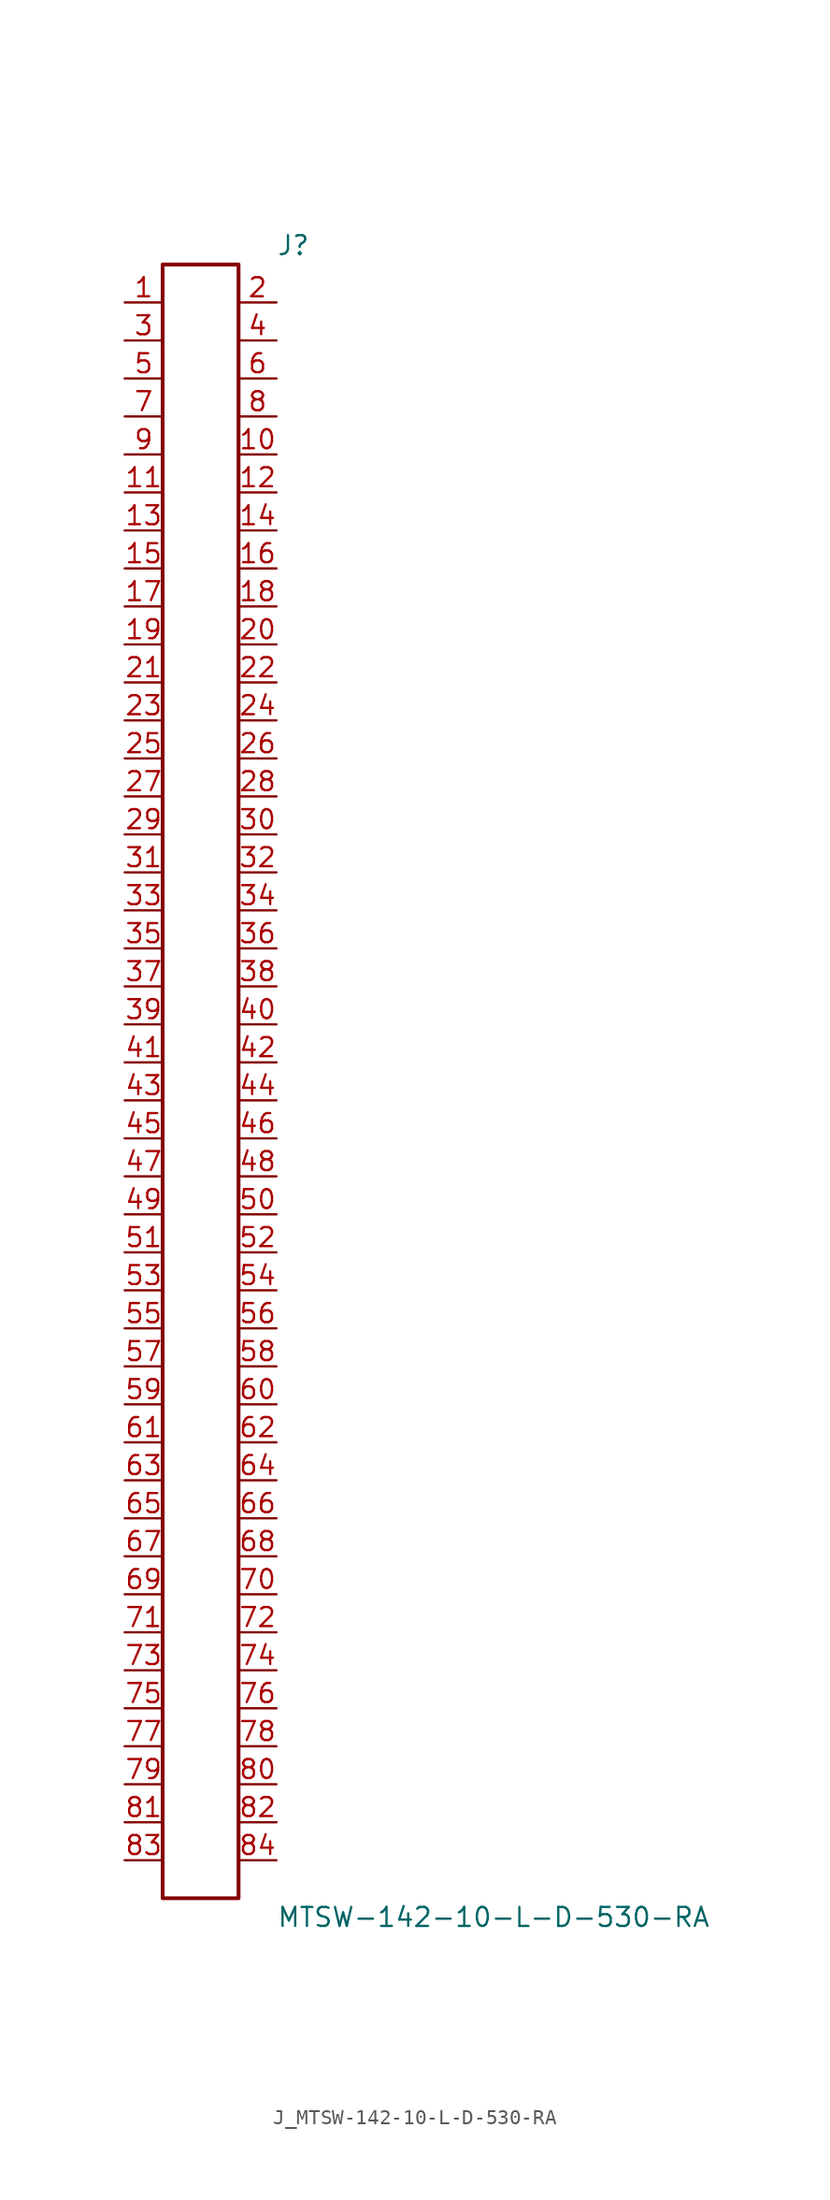
<source format=kicad_sym>
(kicad_symbol_lib
  (version 20231120)
  (generator kicad_symbol_editor)
  (generator_version 8.0)
  (symbol "J_MTSW-142-10-L-D-530-RA"
    (pin_names
      (offset 0.254))
    (property "Reference" "J"
      (at 5.08 55.88 0)
      (effects (font (size 1.27 1.27)) (justify left)))
    (property "Value" "MTSW-142-10-L-D-530-RA"
      (at 5.08 -55.88 0)
      (effects (font (size 1.27 1.27)) (justify left)))
    (symbol "J_MTSW-142-10-L-D-530-RA_0_0"
      (pin passive line (at -5.08 52.07 0) (length 2.54) (name "" (effects (font (size 1.27 1.27)))) (number "1" (effects (font (size 1.27 1.27)))))
      (pin passive line (at 5.08 52.07 180) (length 2.54) (name "" (effects (font (size 1.27 1.27)))) (number "2" (effects (font (size 1.27 1.27)))))
      (pin passive line (at -5.08 49.53 0) (length 2.54) (name "" (effects (font (size 1.27 1.27)))) (number "3" (effects (font (size 1.27 1.27)))))
      (pin passive line (at 5.08 49.53 180) (length 2.54) (name "" (effects (font (size 1.27 1.27)))) (number "4" (effects (font (size 1.27 1.27)))))
      (pin passive line (at -5.08 46.99 0) (length 2.54) (name "" (effects (font (size 1.27 1.27)))) (number "5" (effects (font (size 1.27 1.27)))))
      (pin passive line (at 5.08 46.99 180) (length 2.54) (name "" (effects (font (size 1.27 1.27)))) (number "6" (effects (font (size 1.27 1.27)))))
      (pin passive line (at -5.08 44.45 0) (length 2.54) (name "" (effects (font (size 1.27 1.27)))) (number "7" (effects (font (size 1.27 1.27)))))
      (pin passive line (at 5.08 44.45 180) (length 2.54) (name "" (effects (font (size 1.27 1.27)))) (number "8" (effects (font (size 1.27 1.27)))))
      (pin passive line (at -5.08 41.91 0) (length 2.54) (name "" (effects (font (size 1.27 1.27)))) (number "9" (effects (font (size 1.27 1.27)))))
      (pin passive line (at 5.08 41.91 180) (length 2.54) (name "" (effects (font (size 1.27 1.27)))) (number "10" (effects (font (size 1.27 1.27)))))
      (pin passive line (at -5.08 39.37 0) (length 2.54) (name "" (effects (font (size 1.27 1.27)))) (number "11" (effects (font (size 1.27 1.27)))))
      (pin passive line (at 5.08 39.37 180) (length 2.54) (name "" (effects (font (size 1.27 1.27)))) (number "12" (effects (font (size 1.27 1.27)))))
      (pin passive line (at -5.08 36.83 0) (length 2.54) (name "" (effects (font (size 1.27 1.27)))) (number "13" (effects (font (size 1.27 1.27)))))
      (pin passive line (at 5.08 36.83 180) (length 2.54) (name "" (effects (font (size 1.27 1.27)))) (number "14" (effects (font (size 1.27 1.27)))))
      (pin passive line (at -5.08 34.29 0) (length 2.54) (name "" (effects (font (size 1.27 1.27)))) (number "15" (effects (font (size 1.27 1.27)))))
      (pin passive line (at 5.08 34.29 180) (length 2.54) (name "" (effects (font (size 1.27 1.27)))) (number "16" (effects (font (size 1.27 1.27)))))
      (pin passive line (at -5.08 31.75 0) (length 2.54) (name "" (effects (font (size 1.27 1.27)))) (number "17" (effects (font (size 1.27 1.27)))))
      (pin passive line (at 5.08 31.75 180) (length 2.54) (name "" (effects (font (size 1.27 1.27)))) (number "18" (effects (font (size 1.27 1.27)))))
      (pin passive line (at -5.08 29.21 0) (length 2.54) (name "" (effects (font (size 1.27 1.27)))) (number "19" (effects (font (size 1.27 1.27)))))
      (pin passive line (at 5.08 29.21 180) (length 2.54) (name "" (effects (font (size 1.27 1.27)))) (number "20" (effects (font (size 1.27 1.27)))))
      (pin passive line (at -5.08 26.67 0) (length 2.54) (name "" (effects (font (size 1.27 1.27)))) (number "21" (effects (font (size 1.27 1.27)))))
      (pin passive line (at 5.08 26.67 180) (length 2.54) (name "" (effects (font (size 1.27 1.27)))) (number "22" (effects (font (size 1.27 1.27)))))
      (pin passive line (at -5.08 24.13 0) (length 2.54) (name "" (effects (font (size 1.27 1.27)))) (number "23" (effects (font (size 1.27 1.27)))))
      (pin passive line (at 5.08 24.13 180) (length 2.54) (name "" (effects (font (size 1.27 1.27)))) (number "24" (effects (font (size 1.27 1.27)))))
      (pin passive line (at -5.08 21.59 0) (length 2.54) (name "" (effects (font (size 1.27 1.27)))) (number "25" (effects (font (size 1.27 1.27)))))
      (pin passive line (at 5.08 21.59 180) (length 2.54) (name "" (effects (font (size 1.27 1.27)))) (number "26" (effects (font (size 1.27 1.27)))))
      (pin passive line (at -5.08 19.05 0) (length 2.54) (name "" (effects (font (size 1.27 1.27)))) (number "27" (effects (font (size 1.27 1.27)))))
      (pin passive line (at 5.08 19.05 180) (length 2.54) (name "" (effects (font (size 1.27 1.27)))) (number "28" (effects (font (size 1.27 1.27)))))
      (pin passive line (at -5.08 16.51 0) (length 2.54) (name "" (effects (font (size 1.27 1.27)))) (number "29" (effects (font (size 1.27 1.27)))))
      (pin passive line (at 5.08 16.51 180) (length 2.54) (name "" (effects (font (size 1.27 1.27)))) (number "30" (effects (font (size 1.27 1.27)))))
      (pin passive line (at -5.08 13.97 0) (length 2.54) (name "" (effects (font (size 1.27 1.27)))) (number "31" (effects (font (size 1.27 1.27)))))
      (pin passive line (at 5.08 13.97 180) (length 2.54) (name "" (effects (font (size 1.27 1.27)))) (number "32" (effects (font (size 1.27 1.27)))))
      (pin passive line (at -5.08 11.43 0) (length 2.54) (name "" (effects (font (size 1.27 1.27)))) (number "33" (effects (font (size 1.27 1.27)))))
      (pin passive line (at 5.08 11.43 180) (length 2.54) (name "" (effects (font (size 1.27 1.27)))) (number "34" (effects (font (size 1.27 1.27)))))
      (pin passive line (at -5.08 8.89 0) (length 2.54) (name "" (effects (font (size 1.27 1.27)))) (number "35" (effects (font (size 1.27 1.27)))))
      (pin passive line (at 5.08 8.89 180) (length 2.54) (name "" (effects (font (size 1.27 1.27)))) (number "36" (effects (font (size 1.27 1.27)))))
      (pin passive line (at -5.08 6.35 0) (length 2.54) (name "" (effects (font (size 1.27 1.27)))) (number "37" (effects (font (size 1.27 1.27)))))
      (pin passive line (at 5.08 6.35 180) (length 2.54) (name "" (effects (font (size 1.27 1.27)))) (number "38" (effects (font (size 1.27 1.27)))))
      (pin passive line (at -5.08 3.81 0) (length 2.54) (name "" (effects (font (size 1.27 1.27)))) (number "39" (effects (font (size 1.27 1.27)))))
      (pin passive line (at 5.08 3.81 180) (length 2.54) (name "" (effects (font (size 1.27 1.27)))) (number "40" (effects (font (size 1.27 1.27)))))
      (pin passive line (at -5.08 1.27 0) (length 2.54) (name "" (effects (font (size 1.27 1.27)))) (number "41" (effects (font (size 1.27 1.27)))))
      (pin passive line (at 5.08 1.27 180) (length 2.54) (name "" (effects (font (size 1.27 1.27)))) (number "42" (effects (font (size 1.27 1.27)))))
      (pin passive line (at -5.08 -1.27 0) (length 2.54) (name "" (effects (font (size 1.27 1.27)))) (number "43" (effects (font (size 1.27 1.27)))))
      (pin passive line (at 5.08 -1.27 180) (length 2.54) (name "" (effects (font (size 1.27 1.27)))) (number "44" (effects (font (size 1.27 1.27)))))
      (pin passive line (at -5.08 -3.81 0) (length 2.54) (name "" (effects (font (size 1.27 1.27)))) (number "45" (effects (font (size 1.27 1.27)))))
      (pin passive line (at 5.08 -3.81 180) (length 2.54) (name "" (effects (font (size 1.27 1.27)))) (number "46" (effects (font (size 1.27 1.27)))))
      (pin passive line (at -5.08 -6.35 0) (length 2.54) (name "" (effects (font (size 1.27 1.27)))) (number "47" (effects (font (size 1.27 1.27)))))
      (pin passive line (at 5.08 -6.35 180) (length 2.54) (name "" (effects (font (size 1.27 1.27)))) (number "48" (effects (font (size 1.27 1.27)))))
      (pin passive line (at -5.08 -8.89 0) (length 2.54) (name "" (effects (font (size 1.27 1.27)))) (number "49" (effects (font (size 1.27 1.27)))))
      (pin passive line (at 5.08 -8.89 180) (length 2.54) (name "" (effects (font (size 1.27 1.27)))) (number "50" (effects (font (size 1.27 1.27)))))
      (pin passive line (at -5.08 -11.43 0) (length 2.54) (name "" (effects (font (size 1.27 1.27)))) (number "51" (effects (font (size 1.27 1.27)))))
      (pin passive line (at 5.08 -11.43 180) (length 2.54) (name "" (effects (font (size 1.27 1.27)))) (number "52" (effects (font (size 1.27 1.27)))))
      (pin passive line (at -5.08 -13.97 0) (length 2.54) (name "" (effects (font (size 1.27 1.27)))) (number "53" (effects (font (size 1.27 1.27)))))
      (pin passive line (at 5.08 -13.97 180) (length 2.54) (name "" (effects (font (size 1.27 1.27)))) (number "54" (effects (font (size 1.27 1.27)))))
      (pin passive line (at -5.08 -16.51 0) (length 2.54) (name "" (effects (font (size 1.27 1.27)))) (number "55" (effects (font (size 1.27 1.27)))))
      (pin passive line (at 5.08 -16.51 180) (length 2.54) (name "" (effects (font (size 1.27 1.27)))) (number "56" (effects (font (size 1.27 1.27)))))
      (pin passive line (at -5.08 -19.05 0) (length 2.54) (name "" (effects (font (size 1.27 1.27)))) (number "57" (effects (font (size 1.27 1.27)))))
      (pin passive line (at 5.08 -19.05 180) (length 2.54) (name "" (effects (font (size 1.27 1.27)))) (number "58" (effects (font (size 1.27 1.27)))))
      (pin passive line (at -5.08 -21.59 0) (length 2.54) (name "" (effects (font (size 1.27 1.27)))) (number "59" (effects (font (size 1.27 1.27)))))
      (pin passive line (at 5.08 -21.59 180) (length 2.54) (name "" (effects (font (size 1.27 1.27)))) (number "60" (effects (font (size 1.27 1.27)))))
      (pin passive line (at -5.08 -24.13 0) (length 2.54) (name "" (effects (font (size 1.27 1.27)))) (number "61" (effects (font (size 1.27 1.27)))))
      (pin passive line (at 5.08 -24.13 180) (length 2.54) (name "" (effects (font (size 1.27 1.27)))) (number "62" (effects (font (size 1.27 1.27)))))
      (pin passive line (at -5.08 -26.67 0) (length 2.54) (name "" (effects (font (size 1.27 1.27)))) (number "63" (effects (font (size 1.27 1.27)))))
      (pin passive line (at 5.08 -26.67 180) (length 2.54) (name "" (effects (font (size 1.27 1.27)))) (number "64" (effects (font (size 1.27 1.27)))))
      (pin passive line (at -5.08 -29.21 0) (length 2.54) (name "" (effects (font (size 1.27 1.27)))) (number "65" (effects (font (size 1.27 1.27)))))
      (pin passive line (at 5.08 -29.21 180) (length 2.54) (name "" (effects (font (size 1.27 1.27)))) (number "66" (effects (font (size 1.27 1.27)))))
      (pin passive line (at -5.08 -31.75 0) (length 2.54) (name "" (effects (font (size 1.27 1.27)))) (number "67" (effects (font (size 1.27 1.27)))))
      (pin passive line (at 5.08 -31.75 180) (length 2.54) (name "" (effects (font (size 1.27 1.27)))) (number "68" (effects (font (size 1.27 1.27)))))
      (pin passive line (at -5.08 -34.29 0) (length 2.54) (name "" (effects (font (size 1.27 1.27)))) (number "69" (effects (font (size 1.27 1.27)))))
      (pin passive line (at 5.08 -34.29 180) (length 2.54) (name "" (effects (font (size 1.27 1.27)))) (number "70" (effects (font (size 1.27 1.27)))))
      (pin passive line (at -5.08 -36.83 0) (length 2.54) (name "" (effects (font (size 1.27 1.27)))) (number "71" (effects (font (size 1.27 1.27)))))
      (pin passive line (at 5.08 -36.83 180) (length 2.54) (name "" (effects (font (size 1.27 1.27)))) (number "72" (effects (font (size 1.27 1.27)))))
      (pin passive line (at -5.08 -39.37 0) (length 2.54) (name "" (effects (font (size 1.27 1.27)))) (number "73" (effects (font (size 1.27 1.27)))))
      (pin passive line (at 5.08 -39.37 180) (length 2.54) (name "" (effects (font (size 1.27 1.27)))) (number "74" (effects (font (size 1.27 1.27)))))
      (pin passive line (at -5.08 -41.91 0) (length 2.54) (name "" (effects (font (size 1.27 1.27)))) (number "75" (effects (font (size 1.27 1.27)))))
      (pin passive line (at 5.08 -41.91 180) (length 2.54) (name "" (effects (font (size 1.27 1.27)))) (number "76" (effects (font (size 1.27 1.27)))))
      (pin passive line (at -5.08 -44.45 0) (length 2.54) (name "" (effects (font (size 1.27 1.27)))) (number "77" (effects (font (size 1.27 1.27)))))
      (pin passive line (at 5.08 -44.45 180) (length 2.54) (name "" (effects (font (size 1.27 1.27)))) (number "78" (effects (font (size 1.27 1.27)))))
      (pin passive line (at -5.08 -46.99 0) (length 2.54) (name "" (effects (font (size 1.27 1.27)))) (number "79" (effects (font (size 1.27 1.27)))))
      (pin passive line (at 5.08 -46.99 180) (length 2.54) (name "" (effects (font (size 1.27 1.27)))) (number "80" (effects (font (size 1.27 1.27)))))
      (pin passive line (at -5.08 -49.53 0) (length 2.54) (name "" (effects (font (size 1.27 1.27)))) (number "81" (effects (font (size 1.27 1.27)))))
      (pin passive line (at 5.08 -49.53 180) (length 2.54) (name "" (effects (font (size 1.27 1.27)))) (number "82" (effects (font (size 1.27 1.27)))))
      (pin passive line (at -5.08 -52.07 0) (length 2.54) (name "" (effects (font (size 1.27 1.27)))) (number "83" (effects (font (size 1.27 1.27)))))
      (pin passive line (at 5.08 -52.07 180) (length 2.54) (name "" (effects (font (size 1.27 1.27)))) (number "84" (effects (font (size 1.27 1.27))))))
    (symbol "J_MTSW-142-10-L-D-530-RA_1_0"
      (rectangle (start -2.54 54.61) (end 2.54 -54.61) (stroke (width 0.254) (type solid)) (fill (type none))))))
</source>
